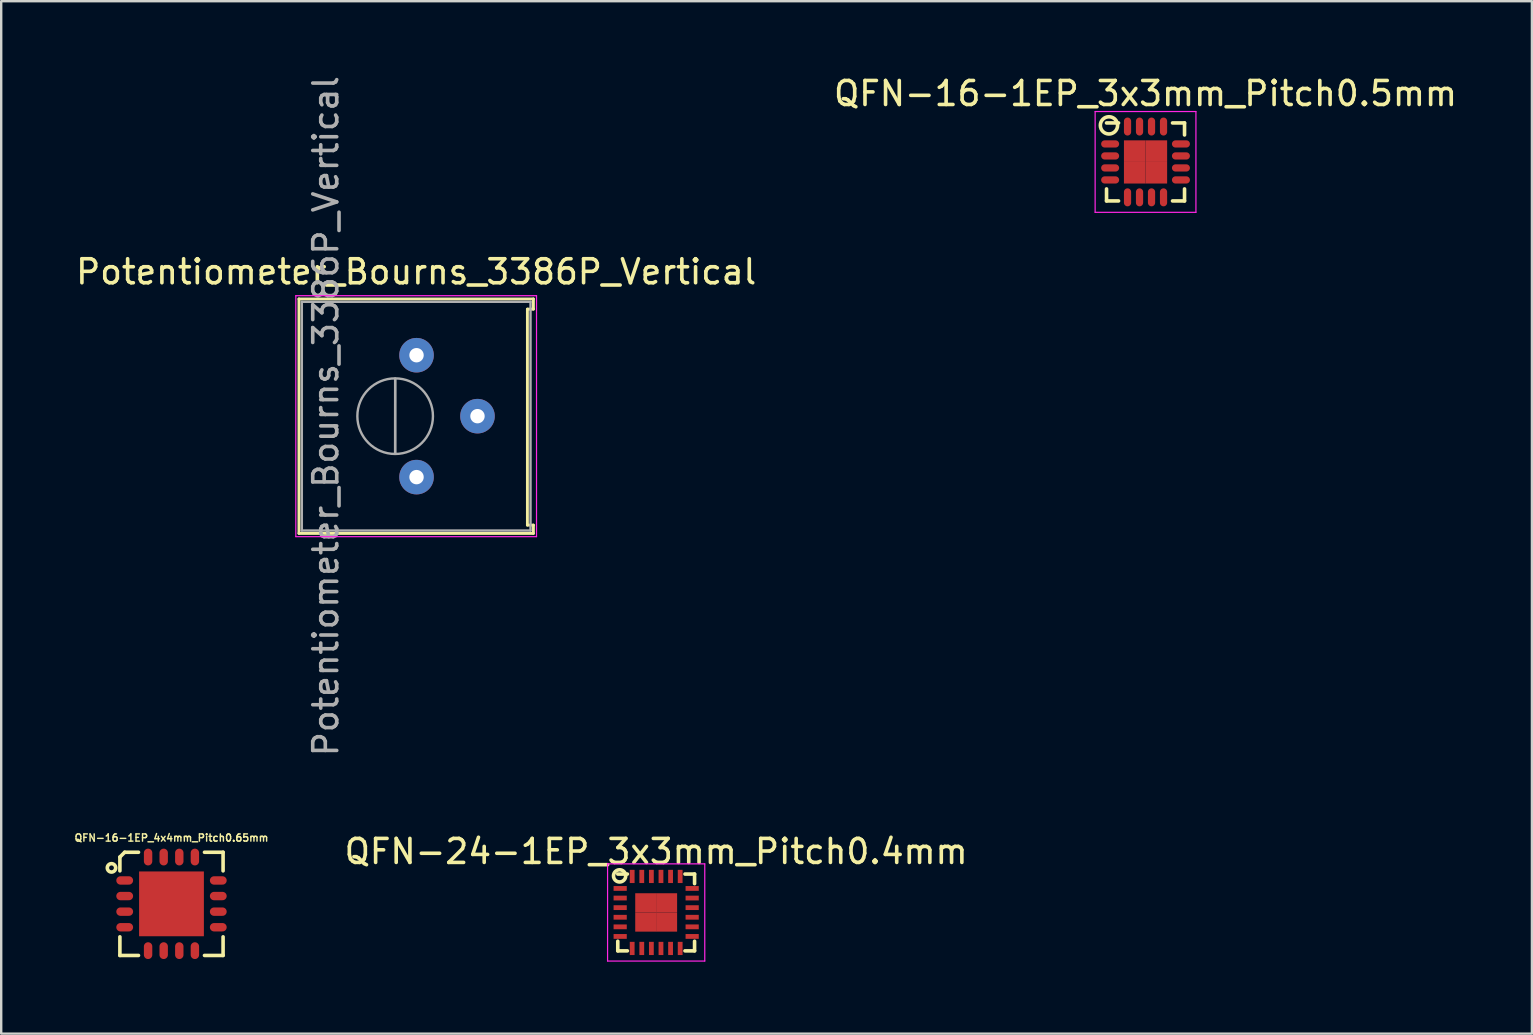
<source format=kicad_pcb>
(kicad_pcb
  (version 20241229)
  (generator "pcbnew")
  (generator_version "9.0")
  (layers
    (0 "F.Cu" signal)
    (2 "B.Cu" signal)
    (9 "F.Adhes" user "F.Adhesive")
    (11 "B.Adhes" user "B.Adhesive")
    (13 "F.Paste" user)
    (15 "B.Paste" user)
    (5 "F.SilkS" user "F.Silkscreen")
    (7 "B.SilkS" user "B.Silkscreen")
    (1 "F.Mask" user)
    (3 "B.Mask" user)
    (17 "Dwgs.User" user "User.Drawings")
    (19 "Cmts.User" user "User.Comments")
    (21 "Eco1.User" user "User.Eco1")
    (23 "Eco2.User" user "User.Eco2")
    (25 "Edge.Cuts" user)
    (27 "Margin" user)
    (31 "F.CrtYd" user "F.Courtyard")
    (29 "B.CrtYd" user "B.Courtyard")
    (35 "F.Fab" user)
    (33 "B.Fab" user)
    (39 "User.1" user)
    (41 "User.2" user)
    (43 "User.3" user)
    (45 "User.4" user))
  (footprint "QFN-24-1EP_3x3mm_Pitch0.4mm"
    (layer "F.Cu")
    (at 24.293 34.972)
    (property "Reference" "QFN-24-1EP_3x3mm_Pitch0.4mm" (at 0 -2.54 0) (layer "F.SilkS") (effects (font (size 1 1) (thickness 0.15))))
    (attr smd)
    (fp_line (start -1.6 -1.6) (end -1.2 -1.6) (stroke (width 0.15) (type solid)) (layer "F.SilkS"))
    (fp_line (start -1.6 1.6) (end -1.6 1.2) (stroke (width 0.15) (type solid)) (layer "F.SilkS"))
    (fp_line (start -1.6 1.6) (end -1.2 1.6) (stroke (width 0.15) (type solid)) (layer "F.SilkS"))
    (fp_line (start 1.6 -1.6) (end 1.2 -1.6) (stroke (width 0.15) (type solid)) (layer "F.SilkS"))
    (fp_line (start 1.6 -1.6) (end 1.6 -1.2) (stroke (width 0.15) (type solid)) (layer "F.SilkS"))
    (fp_line (start 1.6 1.6) (end 1.2 1.6) (stroke (width 0.15) (type solid)) (layer "F.SilkS"))
    (fp_line (start 1.6 1.6) (end 1.6 1.2) (stroke (width 0.15) (type solid)) (layer "F.SilkS"))
    (fp_circle (center -1.524 -1.524) (end -1.778 -1.524) (stroke (width 0.15) (type solid)) (fill no) (layer "F.SilkS"))
    (fp_line (start -2.025 -2.025) (end 2.025 -2.025) (stroke (width 0.05) (type solid)) (layer "F.CrtYd"))
    (fp_line (start -2.025 2.025) (end -2.025 -2.025) (stroke (width 0.05) (type solid)) (layer "F.CrtYd"))
    (fp_line (start 2.025 -2.025) (end 2.025 2.025) (stroke (width 0.05) (type solid)) (layer "F.CrtYd"))
    (fp_line (start 2.025 2.025) (end -2.025 2.025) (stroke (width 0.05) (type solid)) (layer "F.CrtYd"))
    (pad "1" smd rect (at -1.5 -1) (size 0.55 0.2) (layers "F.Cu" "F.Mask" "F.Paste"))
    (pad "2" smd rect (at -1.5 -0.6) (size 0.55 0.2) (layers "F.Cu" "F.Mask" "F.Paste"))
    (pad "3" smd rect (at -1.5 -0.2) (size 0.55 0.2) (layers "F.Cu" "F.Mask" "F.Paste"))
    (pad "4" smd rect (at -1.5 0.2) (size 0.55 0.2) (layers "F.Cu" "F.Mask" "F.Paste"))
    (pad "5" smd rect (at -1.5 0.6) (size 0.55 0.2) (layers "F.Cu" "F.Mask" "F.Paste"))
    (pad "6" smd rect (at -1.5 1) (size 0.55 0.2) (layers "F.Cu" "F.Mask" "F.Paste"))
    (pad "7" smd rect (at -1 1.5 90) (size 0.55 0.2) (layers "F.Cu" "F.Mask" "F.Paste"))
    (pad "8" smd rect (at -0.6 1.5 90) (size 0.55 0.2) (layers "F.Cu" "F.Mask" "F.Paste"))
    (pad "9" smd rect (at -0.2 1.5 90) (size 0.55 0.2) (layers "F.Cu" "F.Mask" "F.Paste"))
    (pad "10" smd rect (at 0.2 1.5 90) (size 0.55 0.2) (layers "F.Cu" "F.Mask" "F.Paste"))
    (pad "11" smd rect (at 0.6 1.5 90) (size 0.55 0.2) (layers "F.Cu" "F.Mask" "F.Paste"))
    (pad "12" smd rect (at 1 1.5 90) (size 0.55 0.2) (layers "F.Cu" "F.Mask" "F.Paste"))
    (pad "13" smd rect (at 1.5 1) (size 0.55 0.2) (layers "F.Cu" "F.Mask" "F.Paste"))
    (pad "14" smd rect (at 1.5 0.6) (size 0.55 0.2) (layers "F.Cu" "F.Mask" "F.Paste"))
    (pad "15" smd rect (at 1.5 0.2) (size 0.55 0.2) (layers "F.Cu" "F.Mask" "F.Paste"))
    (pad "16" smd rect (at 1.5 -0.2) (size 0.55 0.2) (layers "F.Cu" "F.Mask" "F.Paste"))
    (pad "17" smd rect (at 1.5 -0.6) (size 0.55 0.2) (layers "F.Cu" "F.Mask" "F.Paste"))
    (pad "18" smd rect (at 1.5 -1) (size 0.55 0.2) (layers "F.Cu" "F.Mask" "F.Paste"))
    (pad "19" smd rect (at 1 -1.5 90) (size 0.55 0.2) (layers "F.Cu" "F.Mask" "F.Paste"))
    (pad "20" smd rect (at 0.6 -1.5 90) (size 0.55 0.2) (layers "F.Cu" "F.Mask" "F.Paste"))
    (pad "21" smd rect (at 0.2 -1.5 90) (size 0.55 0.2) (layers "F.Cu" "F.Mask" "F.Paste"))
    (pad "22" smd rect (at -0.2 -1.5 90) (size 0.55 0.2) (layers "F.Cu" "F.Mask" "F.Paste"))
    (pad "23" smd rect (at -0.6 -1.5 90) (size 0.55 0.2) (layers "F.Cu" "F.Mask" "F.Paste"))
    (pad "24" smd rect (at -1 -1.5 90) (size 0.55 0.2) (layers "F.Cu" "F.Mask" "F.Paste"))
    (pad "25" smd rect (at -0.435 -0.4) (size 0.875 0.8) (layers "F.Cu" "F.Mask" "F.Paste"))
    (pad "25" smd rect (at -0.435 0.4) (size 0.875 0.8) (layers "F.Cu" "F.Mask" "F.Paste"))
    (pad "25" smd rect (at 0.435 -0.4) (size 0.875 0.8) (layers "F.Cu" "F.Mask" "F.Paste"))
    (pad "25" smd rect (at 0.435 0.4) (size 0.875 0.8) (layers "F.Cu" "F.Mask" "F.Paste")))
  (footprint "Potentiometer_Bourns_3386P_Vertical"
    (layer "F.Cu")
    (at 14.307 16.832)
    (property "Reference" "Potentiometer_Bourns_3386P_Vertical" (at -0.015 -8.555 0) (layer "F.SilkS") (effects (font (size 1 1) (thickness 0.15))))
    (attr through_hole)
    (fp_line (start -4.9 -7.425) (end -4.9 2.345) (stroke (width 0.12) (type solid)) (layer "F.SilkS"))
    (fp_line (start -4.9 -7.425) (end 4.87 -7.425) (stroke (width 0.12) (type solid)) (layer "F.SilkS"))
    (fp_line (start -4.9 2.345) (end 4.87 2.345) (stroke (width 0.12) (type solid)) (layer "F.SilkS"))
    (fp_line (start 4.62 -7) (end 4.62 2) (stroke (width 0.12) (type solid)) (layer "F.SilkS"))
    (fp_line (start 4.62 2) (end 4.87 2) (stroke (width 0.12) (type solid)) (layer "F.SilkS"))
    (fp_line (start 4.87 -7.425) (end 4.87 -7) (stroke (width 0.12) (type solid)) (layer "F.SilkS"))
    (fp_line (start 4.87 -7) (end 4.62 -7) (stroke (width 0.12) (type solid)) (layer "F.SilkS"))
    (fp_line (start 4.87 2) (end 4.87 2.345) (stroke (width 0.12) (type solid)) (layer "F.SilkS"))
    (fp_line (start -5.03 -7.56) (end -5.03 2.48) (stroke (width 0.05) (type solid)) (layer "F.CrtYd"))
    (fp_line (start -5.03 2.48) (end 5 2.48) (stroke (width 0.05) (type solid)) (layer "F.CrtYd"))
    (fp_line (start 5 -7.56) (end -5.03 -7.56) (stroke (width 0.05) (type solid)) (layer "F.CrtYd"))
    (fp_line (start 5 2.48) (end 5 -7.56) (stroke (width 0.05) (type solid)) (layer "F.CrtYd"))
    (fp_line (start -4.78 -7.305) (end -4.78 2.225) (stroke (width 0.1) (type solid)) (layer "F.Fab"))
    (fp_line (start -4.78 2.225) (end 4.75 2.225) (stroke (width 0.1) (type solid)) (layer "F.Fab"))
    (fp_line (start -0.891 -0.98) (end -0.89 -4.099) (stroke (width 0.1) (type solid)) (layer "F.Fab"))
    (fp_line (start -0.891 -0.98) (end -0.89 -4.099) (stroke (width 0.1) (type solid)) (layer "F.Fab"))
    (fp_line (start 4.75 -7.305) (end -4.78 -7.305) (stroke (width 0.1) (type solid)) (layer "F.Fab"))
    (fp_line (start 4.75 2.225) (end 4.75 -7.305) (stroke (width 0.1) (type solid)) (layer "F.Fab"))
    (fp_circle (center -0.891 -2.54) (end 0.684 -2.54) (stroke (width 0.1) (type solid)) (fill no) (layer "F.Fab"))
    (fp_text user "${REFERENCE}" (at -3.78 -2.54 90) (layer "F.Fab") (effects (font (size 1 1) (thickness 0.15))))
    (pad "1" thru_hole circle (at 0 0) (size 1.44 1.44) (drill 0.6) (layers "*.Cu" "*.Mask"))
    (pad "2" thru_hole circle (at 2.54 -2.54) (size 1.44 1.44) (drill 0.6) (layers "*.Cu" "*.Mask"))
    (pad "3" thru_hole circle (at 0 -5.08) (size 1.44 1.44) (drill 0.6) (layers "*.Cu" "*.Mask")))
  (footprint "QFN-16-1EP_3x3mm_Pitch0.5mm"
    (layer "F.Cu")
    (at 44.685 3.698)
    (property "Reference" "QFN-16-1EP_3x3mm_Pitch0.5mm" (at 0 -2.85 0) (layer "F.SilkS") (effects (font (size 1 1) (thickness 0.15))))
    (attr smd)
    (fp_line (start -1.625 -1.625) (end -1.125 -1.625) (stroke (width 0.15) (type solid)) (layer "F.SilkS"))
    (fp_line (start -1.625 1.625) (end -1.625 1.125) (stroke (width 0.15) (type solid)) (layer "F.SilkS"))
    (fp_line (start -1.625 1.625) (end -1.125 1.625) (stroke (width 0.15) (type solid)) (layer "F.SilkS"))
    (fp_line (start 1.625 -1.625) (end 1.125 -1.625) (stroke (width 0.15) (type solid)) (layer "F.SilkS"))
    (fp_line (start 1.625 -1.625) (end 1.625 -1.125) (stroke (width 0.15) (type solid)) (layer "F.SilkS"))
    (fp_line (start 1.625 1.625) (end 1.125 1.625) (stroke (width 0.15) (type solid)) (layer "F.SilkS"))
    (fp_line (start 1.625 1.625) (end 1.625 1.125) (stroke (width 0.15) (type solid)) (layer "F.SilkS"))
    (fp_circle (center -1.524 -1.524) (end -1.778 -1.778) (stroke (width 0.15) (type solid)) (fill no) (layer "F.SilkS"))
    (fp_line (start -2.1 -2.1) (end -2.1 2.1) (stroke (width 0.05) (type solid)) (layer "F.CrtYd"))
    (fp_line (start -2.1 -2.1) (end 2.1 -2.1) (stroke (width 0.05) (type solid)) (layer "F.CrtYd"))
    (fp_line (start -2.1 2.1) (end 2.1 2.1) (stroke (width 0.05) (type solid)) (layer "F.CrtYd"))
    (fp_line (start 2.1 -2.1) (end 2.1 2.1) (stroke (width 0.05) (type solid)) (layer "F.CrtYd"))
    (pad "1" smd oval (at -1.475 -0.75) (size 0.75 0.3) (layers "F.Cu" "F.Mask" "F.Paste"))
    (pad "2" smd oval (at -1.475 -0.25) (size 0.75 0.3) (layers "F.Cu" "F.Mask" "F.Paste"))
    (pad "3" smd oval (at -1.475 0.25) (size 0.75 0.3) (layers "F.Cu" "F.Mask" "F.Paste"))
    (pad "4" smd oval (at -1.475 0.75) (size 0.75 0.3) (layers "F.Cu" "F.Mask" "F.Paste"))
    (pad "5" smd oval (at -0.75 1.475 90) (size 0.75 0.3) (layers "F.Cu" "F.Mask" "F.Paste"))
    (pad "6" smd oval (at -0.25 1.475 90) (size 0.75 0.3) (layers "F.Cu" "F.Mask" "F.Paste"))
    (pad "7" smd oval (at 0.25 1.475 90) (size 0.75 0.3) (layers "F.Cu" "F.Mask" "F.Paste"))
    (pad "8" smd oval (at 0.75 1.475 90) (size 0.75 0.3) (layers "F.Cu" "F.Mask" "F.Paste"))
    (pad "9" smd oval (at 1.475 0.75) (size 0.75 0.3) (layers "F.Cu" "F.Mask" "F.Paste"))
    (pad "10" smd oval (at 1.475 0.25) (size 0.75 0.3) (layers "F.Cu" "F.Mask" "F.Paste"))
    (pad "11" smd oval (at 1.475 -0.25) (size 0.75 0.3) (layers "F.Cu" "F.Mask" "F.Paste"))
    (pad "12" smd oval (at 1.475 -0.75) (size 0.75 0.3) (layers "F.Cu" "F.Mask" "F.Paste"))
    (pad "13" smd oval (at 0.75 -1.475 90) (size 0.75 0.3) (layers "F.Cu" "F.Mask" "F.Paste"))
    (pad "14" smd oval (at 0.25 -1.475 90) (size 0.75 0.3) (layers "F.Cu" "F.Mask" "F.Paste"))
    (pad "15" smd oval (at -0.25 -1.475 90) (size 0.75 0.3) (layers "F.Cu" "F.Mask" "F.Paste"))
    (pad "16" smd oval (at -0.75 -1.475 90) (size 0.75 0.3) (layers "F.Cu" "F.Mask" "F.Paste"))
    (pad "17" smd rect (at -0.45 -0.45) (size 0.9 0.9) (layers "F.Cu" "F.Mask" "F.Paste"))
    (pad "17" smd rect (at -0.45 0.45) (size 0.9 0.9) (layers "F.Cu" "F.Mask" "F.Paste"))
    (pad "17" smd rect (at 0.45 -0.45) (size 0.9 0.9) (layers "F.Cu" "F.Mask" "F.Paste"))
    (pad "17" smd rect (at 0.45 0.45) (size 0.9 0.9) (layers "F.Cu" "F.Mask" "F.Paste")))
  (footprint "QFN-16-1EP_4x4mm_Pitch0.65mm"
    (layer "F.Cu")
    (at 4.096 34.614)
    (property "Reference" "QFN-16-1EP_4x4mm_Pitch0.65mm" (at 0 -2.75 0) (layer "F.SilkS") (effects (font (size 0.3 0.3) (thickness 0.06))))
    (attr smd)
    (fp_line (start -2.15 -1.95) (end -2.15 -1.375) (stroke (width 0.15) (type solid)) (layer "F.SilkS"))
    (fp_line (start -2.15 2.15) (end -2.15 1.375) (stroke (width 0.15) (type solid)) (layer "F.SilkS"))
    (fp_line (start -2.15 2.15) (end -1.375 2.15) (stroke (width 0.15) (type solid)) (layer "F.SilkS"))
    (fp_line (start -1.95 -2.15) (end -2.15 -1.95) (stroke (width 0.15) (type solid)) (layer "F.SilkS"))
    (fp_line (start -1.95 -2.15) (end -1.375 -2.15) (stroke (width 0.15) (type solid)) (layer "F.SilkS"))
    (fp_line (start 2.15 -2.15) (end 1.375 -2.15) (stroke (width 0.15) (type solid)) (layer "F.SilkS"))
    (fp_line (start 2.15 -2.15) (end 2.15 -1.375) (stroke (width 0.15) (type solid)) (layer "F.SilkS"))
    (fp_line (start 2.15 2.15) (end 1.375 2.15) (stroke (width 0.15) (type solid)) (layer "F.SilkS"))
    (fp_line (start 2.15 2.15) (end 2.15 1.375) (stroke (width 0.15) (type solid)) (layer "F.SilkS"))
    (fp_circle (center -2.5 -1.5) (end -2.325 -1.5) (stroke (width 0.15) (type solid)) (fill no) (layer "F.SilkS"))
    (pad "1" smd oval (at -1.95 -0.975) (size 0.7 0.35) (layers "F.Cu" "F.Mask" "F.Paste"))
    (pad "2" smd oval (at -1.95 -0.325) (size 0.7 0.35) (layers "F.Cu" "F.Mask" "F.Paste"))
    (pad "3" smd oval (at -1.95 0.325) (size 0.7 0.35) (layers "F.Cu" "F.Mask" "F.Paste"))
    (pad "4" smd oval (at -1.95 0.975) (size 0.7 0.35) (layers "F.Cu" "F.Mask" "F.Paste"))
    (pad "5" smd oval (at -0.975 1.95 90) (size 0.7 0.35) (layers "F.Cu" "F.Mask" "F.Paste"))
    (pad "6" smd oval (at -0.325 1.95 90) (size 0.7 0.35) (layers "F.Cu" "F.Mask" "F.Paste"))
    (pad "7" smd oval (at 0.325 1.95 90) (size 0.7 0.35) (layers "F.Cu" "F.Mask" "F.Paste"))
    (pad "8" smd oval (at 0.975 1.95 90) (size 0.7 0.35) (layers "F.Cu" "F.Mask" "F.Paste"))
    (pad "9" smd oval (at 1.95 0.975) (size 0.7 0.35) (layers "F.Cu" "F.Mask" "F.Paste"))
    (pad "10" smd oval (at 1.95 0.325) (size 0.7 0.35) (layers "F.Cu" "F.Mask" "F.Paste"))
    (pad "11" smd oval (at 1.95 -0.325) (size 0.7 0.35) (layers "F.Cu" "F.Mask" "F.Paste"))
    (pad "12" smd oval (at 1.95 -0.975) (size 0.7 0.35) (layers "F.Cu" "F.Mask" "F.Paste"))
    (pad "13" smd oval (at 0.975 -1.95 90) (size 0.7 0.35) (layers "F.Cu" "F.Mask" "F.Paste"))
    (pad "14" smd oval (at 0.325 -1.95 90) (size 0.7 0.35) (layers "F.Cu" "F.Mask" "F.Paste"))
    (pad "15" smd oval (at -0.325 -1.95 90) (size 0.7 0.35) (layers "F.Cu" "F.Mask" "F.Paste"))
    (pad "16" smd oval (at -0.975 -1.95 90) (size 0.7 0.35) (layers "F.Cu" "F.Mask" "F.Paste"))
    (pad "17" smd rect (at 0 0) (size 2.7 2.7) (layers "F.Cu" "F.Mask" "F.Paste")))
  (gr_rect
    (start -3 -3)
    (end 60.786 40.022)
    (stroke (width 0.1) (type default))
    (fill no)
    (layer "Edge.Cuts")))
</source>
